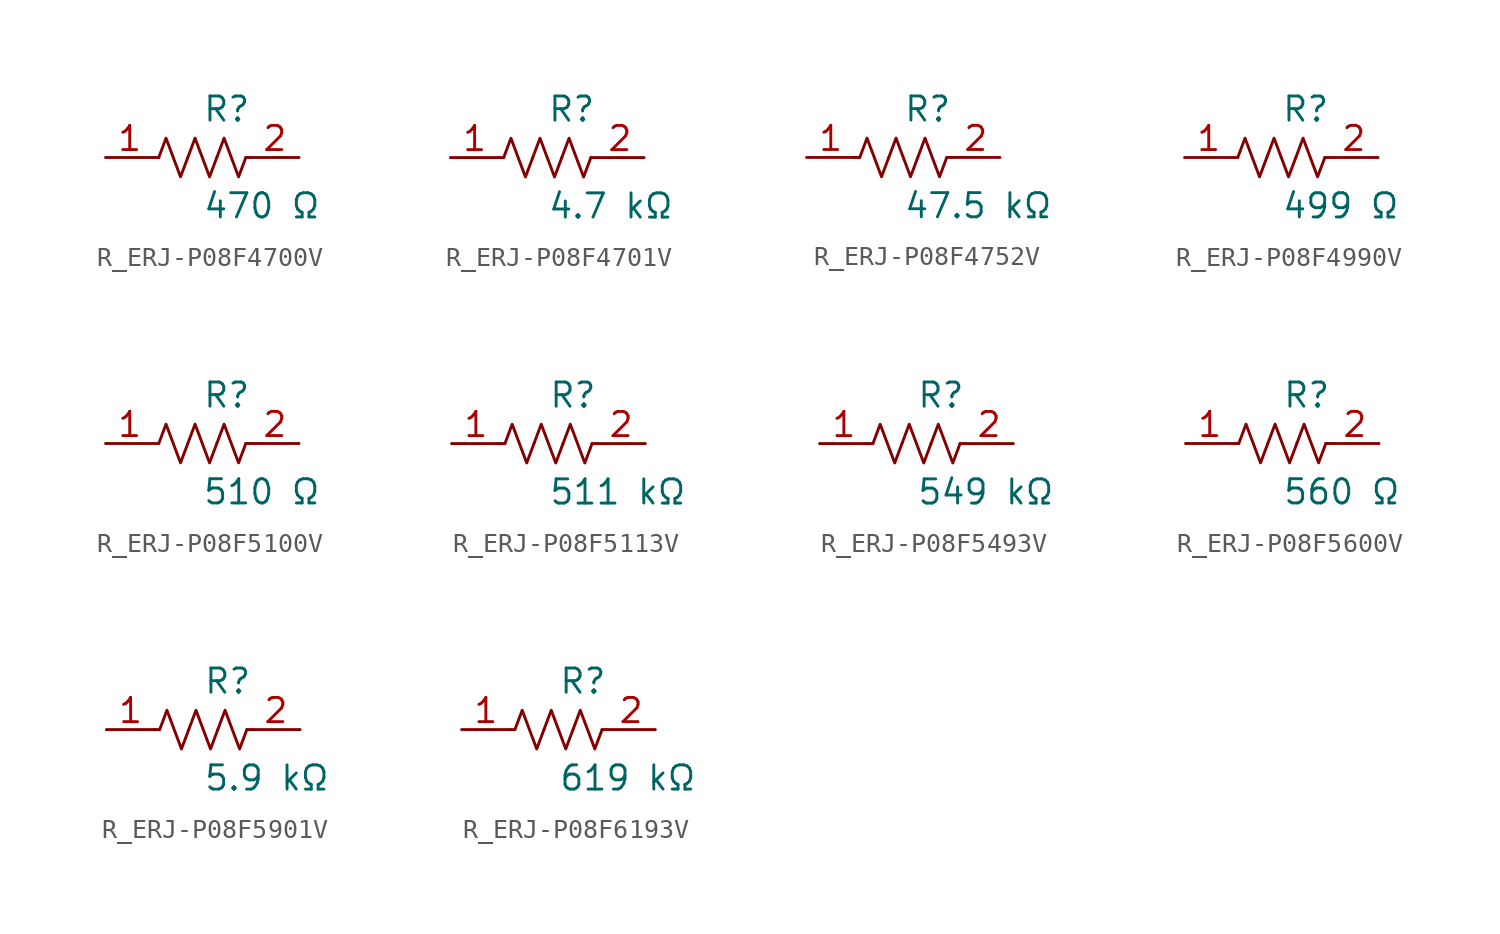
<source format=kicad_sym>
(kicad_symbol_lib
  (version 20231120)
  (generator kicad_symbol_editor)
  (generator_version 8.0)
  (symbol "R_ERJ-P08F4700V"
    (pin_names
      (offset 0.254))
    (property "Reference" "R"
      (at 0.0 2.54 0)
      (effects (font (size 1.27 1.27)) (justify left)))
    (property "Value" "470 Ω"
      (at 0.0 -2.54 0)
      (effects (font (size 1.27 1.27)) (justify left)))
    (symbol "R_ERJ-P08F4700V_0_1"
      (polyline (pts (xy 2.286 0) (xy 2.54 0)) (stroke (width 0) (type default)) (fill (type none)))
      (polyline (pts (xy -2.286 0) (xy -2.54 0)) (stroke (width 0) (type default)) (fill (type none)))
      (polyline (pts (xy 0.762 0) (xy 1.143 1.016) (xy 1.524 0) (xy 1.905 -1.016) (xy 2.286 0)) (stroke (width 0) (type default)) (fill (type none)))
      (polyline (pts (xy -0.762 0) (xy -0.381 1.016) (xy 0 0) (xy 0.381 -1.016) (xy 0.762 0)) (stroke (width 0) (type default)) (fill (type none)))
      (polyline (pts (xy -2.286 0) (xy -1.905 1.016) (xy -1.524 0) (xy -1.143 -1.016) (xy -0.762 0)) (stroke (width 0) (type default)) (fill (type none))))
    (pin unspecified line
      (at -5.08 0 0)
      (length 2.54)
      (name "" (effects (font (size 1.27 1.27))))
      (number "1" (effects (font (size 1.27 1.27)))))
    (pin unspecified line
      (at 5.08 0 180)
      (length 2.54)
      (name "" (effects (font (size 1.27 1.27))))
      (number "2" (effects (font (size 1.27 1.27))))))
  (symbol "R_ERJ-P08F4701V"
    (pin_names
      (offset 0.254))
    (property "Reference" "R"
      (at 0.0 2.54 0)
      (effects (font (size 1.27 1.27)) (justify left)))
    (property "Value" "4.7 kΩ"
      (at 0.0 -2.54 0)
      (effects (font (size 1.27 1.27)) (justify left)))
    (symbol "R_ERJ-P08F4701V_0_1"
      (polyline (pts (xy 2.286 0) (xy 2.54 0)) (stroke (width 0) (type default)) (fill (type none)))
      (polyline (pts (xy -2.286 0) (xy -2.54 0)) (stroke (width 0) (type default)) (fill (type none)))
      (polyline (pts (xy 0.762 0) (xy 1.143 1.016) (xy 1.524 0) (xy 1.905 -1.016) (xy 2.286 0)) (stroke (width 0) (type default)) (fill (type none)))
      (polyline (pts (xy -0.762 0) (xy -0.381 1.016) (xy 0 0) (xy 0.381 -1.016) (xy 0.762 0)) (stroke (width 0) (type default)) (fill (type none)))
      (polyline (pts (xy -2.286 0) (xy -1.905 1.016) (xy -1.524 0) (xy -1.143 -1.016) (xy -0.762 0)) (stroke (width 0) (type default)) (fill (type none))))
    (pin unspecified line
      (at -5.08 0 0)
      (length 2.54)
      (name "" (effects (font (size 1.27 1.27))))
      (number "1" (effects (font (size 1.27 1.27)))))
    (pin unspecified line
      (at 5.08 0 180)
      (length 2.54)
      (name "" (effects (font (size 1.27 1.27))))
      (number "2" (effects (font (size 1.27 1.27))))))
  (symbol "R_ERJ-P08F4752V"
    (pin_names
      (offset 0.254))
    (property "Reference" "R"
      (at 0.0 2.54 0)
      (effects (font (size 1.27 1.27)) (justify left)))
    (property "Value" "47.5 kΩ"
      (at 0.0 -2.54 0)
      (effects (font (size 1.27 1.27)) (justify left)))
    (symbol "R_ERJ-P08F4752V_0_1"
      (polyline (pts (xy 2.286 0) (xy 2.54 0)) (stroke (width 0) (type default)) (fill (type none)))
      (polyline (pts (xy -2.286 0) (xy -2.54 0)) (stroke (width 0) (type default)) (fill (type none)))
      (polyline (pts (xy 0.762 0) (xy 1.143 1.016) (xy 1.524 0) (xy 1.905 -1.016) (xy 2.286 0)) (stroke (width 0) (type default)) (fill (type none)))
      (polyline (pts (xy -0.762 0) (xy -0.381 1.016) (xy 0 0) (xy 0.381 -1.016) (xy 0.762 0)) (stroke (width 0) (type default)) (fill (type none)))
      (polyline (pts (xy -2.286 0) (xy -1.905 1.016) (xy -1.524 0) (xy -1.143 -1.016) (xy -0.762 0)) (stroke (width 0) (type default)) (fill (type none))))
    (pin unspecified line
      (at -5.08 0 0)
      (length 2.54)
      (name "" (effects (font (size 1.27 1.27))))
      (number "1" (effects (font (size 1.27 1.27)))))
    (pin unspecified line
      (at 5.08 0 180)
      (length 2.54)
      (name "" (effects (font (size 1.27 1.27))))
      (number "2" (effects (font (size 1.27 1.27))))))
  (symbol "R_ERJ-P08F4990V"
    (pin_names
      (offset 0.254))
    (property "Reference" "R"
      (at 0.0 2.54 0)
      (effects (font (size 1.27 1.27)) (justify left)))
    (property "Value" "499 Ω"
      (at 0.0 -2.54 0)
      (effects (font (size 1.27 1.27)) (justify left)))
    (symbol "R_ERJ-P08F4990V_0_1"
      (polyline (pts (xy 2.286 0) (xy 2.54 0)) (stroke (width 0) (type default)) (fill (type none)))
      (polyline (pts (xy -2.286 0) (xy -2.54 0)) (stroke (width 0) (type default)) (fill (type none)))
      (polyline (pts (xy 0.762 0) (xy 1.143 1.016) (xy 1.524 0) (xy 1.905 -1.016) (xy 2.286 0)) (stroke (width 0) (type default)) (fill (type none)))
      (polyline (pts (xy -0.762 0) (xy -0.381 1.016) (xy 0 0) (xy 0.381 -1.016) (xy 0.762 0)) (stroke (width 0) (type default)) (fill (type none)))
      (polyline (pts (xy -2.286 0) (xy -1.905 1.016) (xy -1.524 0) (xy -1.143 -1.016) (xy -0.762 0)) (stroke (width 0) (type default)) (fill (type none))))
    (pin unspecified line
      (at -5.08 0 0)
      (length 2.54)
      (name "" (effects (font (size 1.27 1.27))))
      (number "1" (effects (font (size 1.27 1.27)))))
    (pin unspecified line
      (at 5.08 0 180)
      (length 2.54)
      (name "" (effects (font (size 1.27 1.27))))
      (number "2" (effects (font (size 1.27 1.27))))))
  (symbol "R_ERJ-P08F5100V"
    (pin_names
      (offset 0.254))
    (property "Reference" "R"
      (at 0.0 2.54 0)
      (effects (font (size 1.27 1.27)) (justify left)))
    (property "Value" "510 Ω"
      (at 0.0 -2.54 0)
      (effects (font (size 1.27 1.27)) (justify left)))
    (symbol "R_ERJ-P08F5100V_0_1"
      (polyline (pts (xy 2.286 0) (xy 2.54 0)) (stroke (width 0) (type default)) (fill (type none)))
      (polyline (pts (xy -2.286 0) (xy -2.54 0)) (stroke (width 0) (type default)) (fill (type none)))
      (polyline (pts (xy 0.762 0) (xy 1.143 1.016) (xy 1.524 0) (xy 1.905 -1.016) (xy 2.286 0)) (stroke (width 0) (type default)) (fill (type none)))
      (polyline (pts (xy -0.762 0) (xy -0.381 1.016) (xy 0 0) (xy 0.381 -1.016) (xy 0.762 0)) (stroke (width 0) (type default)) (fill (type none)))
      (polyline (pts (xy -2.286 0) (xy -1.905 1.016) (xy -1.524 0) (xy -1.143 -1.016) (xy -0.762 0)) (stroke (width 0) (type default)) (fill (type none))))
    (pin unspecified line
      (at -5.08 0 0)
      (length 2.54)
      (name "" (effects (font (size 1.27 1.27))))
      (number "1" (effects (font (size 1.27 1.27)))))
    (pin unspecified line
      (at 5.08 0 180)
      (length 2.54)
      (name "" (effects (font (size 1.27 1.27))))
      (number "2" (effects (font (size 1.27 1.27))))))
  (symbol "R_ERJ-P08F5113V"
    (pin_names
      (offset 0.254))
    (property "Reference" "R"
      (at 0.0 2.54 0)
      (effects (font (size 1.27 1.27)) (justify left)))
    (property "Value" "511 kΩ"
      (at 0.0 -2.54 0)
      (effects (font (size 1.27 1.27)) (justify left)))
    (symbol "R_ERJ-P08F5113V_0_1"
      (polyline (pts (xy 2.286 0) (xy 2.54 0)) (stroke (width 0) (type default)) (fill (type none)))
      (polyline (pts (xy -2.286 0) (xy -2.54 0)) (stroke (width 0) (type default)) (fill (type none)))
      (polyline (pts (xy 0.762 0) (xy 1.143 1.016) (xy 1.524 0) (xy 1.905 -1.016) (xy 2.286 0)) (stroke (width 0) (type default)) (fill (type none)))
      (polyline (pts (xy -0.762 0) (xy -0.381 1.016) (xy 0 0) (xy 0.381 -1.016) (xy 0.762 0)) (stroke (width 0) (type default)) (fill (type none)))
      (polyline (pts (xy -2.286 0) (xy -1.905 1.016) (xy -1.524 0) (xy -1.143 -1.016) (xy -0.762 0)) (stroke (width 0) (type default)) (fill (type none))))
    (pin unspecified line
      (at -5.08 0 0)
      (length 2.54)
      (name "" (effects (font (size 1.27 1.27))))
      (number "1" (effects (font (size 1.27 1.27)))))
    (pin unspecified line
      (at 5.08 0 180)
      (length 2.54)
      (name "" (effects (font (size 1.27 1.27))))
      (number "2" (effects (font (size 1.27 1.27))))))
  (symbol "R_ERJ-P08F5493V"
    (pin_names
      (offset 0.254))
    (property "Reference" "R"
      (at 0.0 2.54 0)
      (effects (font (size 1.27 1.27)) (justify left)))
    (property "Value" "549 kΩ"
      (at 0.0 -2.54 0)
      (effects (font (size 1.27 1.27)) (justify left)))
    (symbol "R_ERJ-P08F5493V_0_1"
      (polyline (pts (xy 2.286 0) (xy 2.54 0)) (stroke (width 0) (type default)) (fill (type none)))
      (polyline (pts (xy -2.286 0) (xy -2.54 0)) (stroke (width 0) (type default)) (fill (type none)))
      (polyline (pts (xy 0.762 0) (xy 1.143 1.016) (xy 1.524 0) (xy 1.905 -1.016) (xy 2.286 0)) (stroke (width 0) (type default)) (fill (type none)))
      (polyline (pts (xy -0.762 0) (xy -0.381 1.016) (xy 0 0) (xy 0.381 -1.016) (xy 0.762 0)) (stroke (width 0) (type default)) (fill (type none)))
      (polyline (pts (xy -2.286 0) (xy -1.905 1.016) (xy -1.524 0) (xy -1.143 -1.016) (xy -0.762 0)) (stroke (width 0) (type default)) (fill (type none))))
    (pin unspecified line
      (at -5.08 0 0)
      (length 2.54)
      (name "" (effects (font (size 1.27 1.27))))
      (number "1" (effects (font (size 1.27 1.27)))))
    (pin unspecified line
      (at 5.08 0 180)
      (length 2.54)
      (name "" (effects (font (size 1.27 1.27))))
      (number "2" (effects (font (size 1.27 1.27))))))
  (symbol "R_ERJ-P08F5600V"
    (pin_names
      (offset 0.254))
    (property "Reference" "R"
      (at 0.0 2.54 0)
      (effects (font (size 1.27 1.27)) (justify left)))
    (property "Value" "560 Ω"
      (at 0.0 -2.54 0)
      (effects (font (size 1.27 1.27)) (justify left)))
    (symbol "R_ERJ-P08F5600V_0_1"
      (polyline (pts (xy 2.286 0) (xy 2.54 0)) (stroke (width 0) (type default)) (fill (type none)))
      (polyline (pts (xy -2.286 0) (xy -2.54 0)) (stroke (width 0) (type default)) (fill (type none)))
      (polyline (pts (xy 0.762 0) (xy 1.143 1.016) (xy 1.524 0) (xy 1.905 -1.016) (xy 2.286 0)) (stroke (width 0) (type default)) (fill (type none)))
      (polyline (pts (xy -0.762 0) (xy -0.381 1.016) (xy 0 0) (xy 0.381 -1.016) (xy 0.762 0)) (stroke (width 0) (type default)) (fill (type none)))
      (polyline (pts (xy -2.286 0) (xy -1.905 1.016) (xy -1.524 0) (xy -1.143 -1.016) (xy -0.762 0)) (stroke (width 0) (type default)) (fill (type none))))
    (pin unspecified line
      (at -5.08 0 0)
      (length 2.54)
      (name "" (effects (font (size 1.27 1.27))))
      (number "1" (effects (font (size 1.27 1.27)))))
    (pin unspecified line
      (at 5.08 0 180)
      (length 2.54)
      (name "" (effects (font (size 1.27 1.27))))
      (number "2" (effects (font (size 1.27 1.27))))))
  (symbol "R_ERJ-P08F5901V"
    (pin_names
      (offset 0.254))
    (property "Reference" "R"
      (at 0.0 2.54 0)
      (effects (font (size 1.27 1.27)) (justify left)))
    (property "Value" "5.9 kΩ"
      (at 0.0 -2.54 0)
      (effects (font (size 1.27 1.27)) (justify left)))
    (symbol "R_ERJ-P08F5901V_0_1"
      (polyline (pts (xy 2.286 0) (xy 2.54 0)) (stroke (width 0) (type default)) (fill (type none)))
      (polyline (pts (xy -2.286 0) (xy -2.54 0)) (stroke (width 0) (type default)) (fill (type none)))
      (polyline (pts (xy 0.762 0) (xy 1.143 1.016) (xy 1.524 0) (xy 1.905 -1.016) (xy 2.286 0)) (stroke (width 0) (type default)) (fill (type none)))
      (polyline (pts (xy -0.762 0) (xy -0.381 1.016) (xy 0 0) (xy 0.381 -1.016) (xy 0.762 0)) (stroke (width 0) (type default)) (fill (type none)))
      (polyline (pts (xy -2.286 0) (xy -1.905 1.016) (xy -1.524 0) (xy -1.143 -1.016) (xy -0.762 0)) (stroke (width 0) (type default)) (fill (type none))))
    (pin unspecified line
      (at -5.08 0 0)
      (length 2.54)
      (name "" (effects (font (size 1.27 1.27))))
      (number "1" (effects (font (size 1.27 1.27)))))
    (pin unspecified line
      (at 5.08 0 180)
      (length 2.54)
      (name "" (effects (font (size 1.27 1.27))))
      (number "2" (effects (font (size 1.27 1.27))))))
  (symbol "R_ERJ-P08F6193V"
    (pin_names
      (offset 0.254))
    (property "Reference" "R"
      (at 0.0 2.54 0)
      (effects (font (size 1.27 1.27)) (justify left)))
    (property "Value" "619 kΩ"
      (at 0.0 -2.54 0)
      (effects (font (size 1.27 1.27)) (justify left)))
    (symbol "R_ERJ-P08F6193V_0_1"
      (polyline (pts (xy 2.286 0) (xy 2.54 0)) (stroke (width 0) (type default)) (fill (type none)))
      (polyline (pts (xy -2.286 0) (xy -2.54 0)) (stroke (width 0) (type default)) (fill (type none)))
      (polyline (pts (xy 0.762 0) (xy 1.143 1.016) (xy 1.524 0) (xy 1.905 -1.016) (xy 2.286 0)) (stroke (width 0) (type default)) (fill (type none)))
      (polyline (pts (xy -0.762 0) (xy -0.381 1.016) (xy 0 0) (xy 0.381 -1.016) (xy 0.762 0)) (stroke (width 0) (type default)) (fill (type none)))
      (polyline (pts (xy -2.286 0) (xy -1.905 1.016) (xy -1.524 0) (xy -1.143 -1.016) (xy -0.762 0)) (stroke (width 0) (type default)) (fill (type none))))
    (pin unspecified line
      (at -5.08 0 0)
      (length 2.54)
      (name "" (effects (font (size 1.27 1.27))))
      (number "1" (effects (font (size 1.27 1.27)))))
    (pin unspecified line
      (at 5.08 0 180)
      (length 2.54)
      (name "" (effects (font (size 1.27 1.27))))
      (number "2" (effects (font (size 1.27 1.27)))))))
</source>
